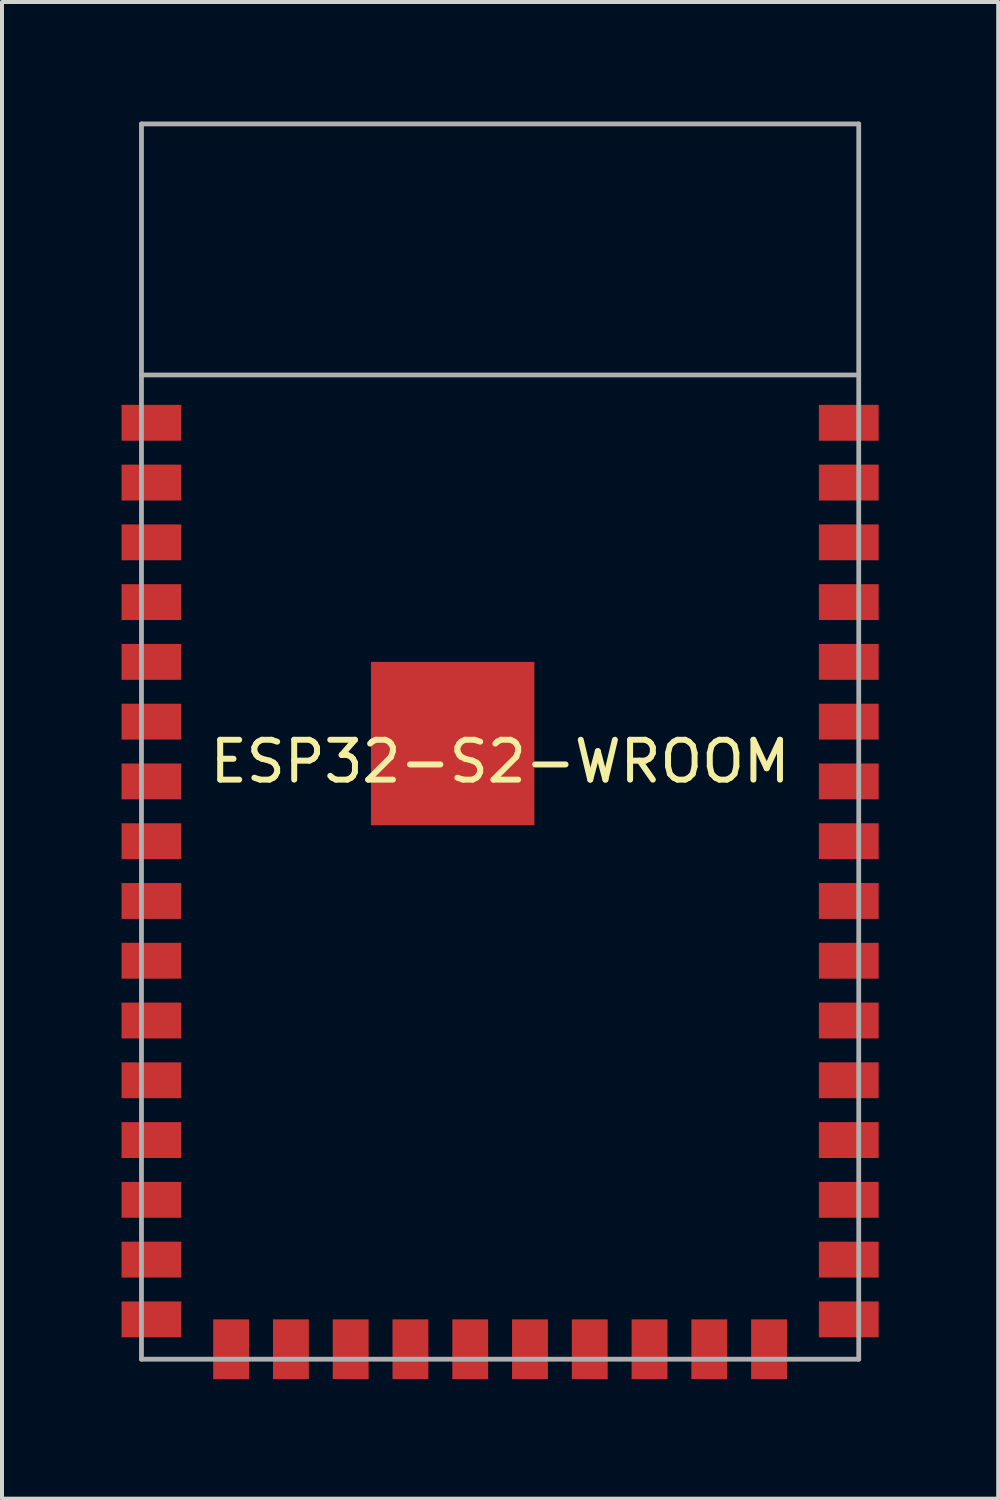
<source format=kicad_pcb>
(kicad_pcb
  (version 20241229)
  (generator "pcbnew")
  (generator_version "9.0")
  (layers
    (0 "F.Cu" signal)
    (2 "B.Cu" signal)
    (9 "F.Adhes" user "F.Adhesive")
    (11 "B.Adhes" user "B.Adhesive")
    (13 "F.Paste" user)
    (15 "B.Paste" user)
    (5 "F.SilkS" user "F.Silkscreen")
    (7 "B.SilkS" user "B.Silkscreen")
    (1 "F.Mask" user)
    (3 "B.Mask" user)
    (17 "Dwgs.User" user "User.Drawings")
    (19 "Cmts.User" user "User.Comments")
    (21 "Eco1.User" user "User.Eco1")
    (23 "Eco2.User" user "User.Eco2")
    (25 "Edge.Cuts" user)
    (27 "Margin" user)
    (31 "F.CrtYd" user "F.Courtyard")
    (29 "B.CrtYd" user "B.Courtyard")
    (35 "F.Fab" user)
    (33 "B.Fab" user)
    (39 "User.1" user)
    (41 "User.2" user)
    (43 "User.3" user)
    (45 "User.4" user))
  (footprint "ESP32-S2-WROOM"
    (layer "F.Cu")
    (at 9.5 15.56)
    (property "Reference" "ESP32-S2-WROOM" (at 0 0.5 0) (layer "F.SilkS") (effects (font (size 1 1) (thickness 0.15))))
    (attr through_hole)
    (fp_line (start -9 -15.5) (end 9 -15.5) (stroke (width 0.12) (type solid)) (layer "F.Fab"))
    (fp_line (start -9 -9.2) (end 9 -9.2) (stroke (width 0.12) (type solid)) (layer "F.Fab"))
    (fp_line (start -9 15.5) (end -9 -15.5) (stroke (width 0.12) (type solid)) (layer "F.Fab"))
    (fp_line (start 9 -15.5) (end 9 15.5) (stroke (width 0.12) (type solid)) (layer "F.Fab"))
    (fp_line (start 9 15.5) (end -9 15.5) (stroke (width 0.12) (type solid)) (layer "F.Fab"))
    (pad "1" smd rect (at -8.75 -8) (size 1.5 0.9) (layers "F.Cu" "F.Mask" "F.Paste"))
    (pad "2" smd rect (at -8.75 -6.5) (size 1.5 0.9) (layers "F.Cu" "F.Mask" "F.Paste"))
    (pad "3" smd rect (at -8.75 -5) (size 1.5 0.9) (layers "F.Cu" "F.Mask" "F.Paste"))
    (pad "4" smd rect (at -8.75 -3.5) (size 1.5 0.9) (layers "F.Cu" "F.Mask" "F.Paste"))
    (pad "5" smd rect (at -8.75 -2) (size 1.5 0.9) (layers "F.Cu" "F.Mask" "F.Paste"))
    (pad "6" smd rect (at -8.75 -0.5) (size 1.5 0.9) (layers "F.Cu" "F.Mask" "F.Paste"))
    (pad "7" smd rect (at -8.75 1) (size 1.5 0.9) (layers "F.Cu" "F.Mask" "F.Paste"))
    (pad "8" smd rect (at -8.75 2.5) (size 1.5 0.9) (layers "F.Cu" "F.Mask" "F.Paste"))
    (pad "9" smd rect (at -8.75 4) (size 1.5 0.9) (layers "F.Cu" "F.Mask" "F.Paste"))
    (pad "10" smd rect (at -8.75 5.5) (size 1.5 0.9) (layers "F.Cu" "F.Mask" "F.Paste"))
    (pad "11" smd rect (at -8.75 7) (size 1.5 0.9) (layers "F.Cu" "F.Mask" "F.Paste"))
    (pad "12" smd rect (at -8.75 8.5) (size 1.5 0.9) (layers "F.Cu" "F.Mask" "F.Paste"))
    (pad "13" smd rect (at -8.75 10) (size 1.5 0.9) (layers "F.Cu" "F.Mask" "F.Paste"))
    (pad "14" smd rect (at -8.75 11.5) (size 1.5 0.9) (layers "F.Cu" "F.Mask" "F.Paste"))
    (pad "15" smd rect (at -8.75 13) (size 1.5 0.9) (layers "F.Cu" "F.Mask" "F.Paste"))
    (pad "16" smd rect (at -8.75 14.5) (size 1.5 0.9) (layers "F.Cu" "F.Mask" "F.Paste"))
    (pad "17" smd rect (at -6.75 15.25) (size 0.9 1.5) (layers "F.Cu" "F.Mask" "F.Paste"))
    (pad "18" smd rect (at -5.25 15.25) (size 0.9 1.5) (layers "F.Cu" "F.Mask" "F.Paste"))
    (pad "19" smd rect (at -3.75 15.25) (size 0.9 1.5) (layers "F.Cu" "F.Mask" "F.Paste"))
    (pad "20" smd rect (at -2.25 15.25) (size 0.9 1.5) (layers "F.Cu" "F.Mask" "F.Paste"))
    (pad "21" smd rect (at -0.75 15.25) (size 0.9 1.5) (layers "F.Cu" "F.Mask" "F.Paste"))
    (pad "22" smd rect (at 0.75 15.25) (size 0.9 1.5) (layers "F.Cu" "F.Mask" "F.Paste"))
    (pad "23" smd rect (at 2.25 15.25) (size 0.9 1.5) (layers "F.Cu" "F.Mask" "F.Paste"))
    (pad "24" smd rect (at 3.75 15.25) (size 0.9 1.5) (layers "F.Cu" "F.Mask" "F.Paste"))
    (pad "25" smd rect (at 5.25 15.25) (size 0.9 1.5) (layers "F.Cu" "F.Mask" "F.Paste"))
    (pad "26" smd rect (at 6.75 15.25) (size 0.9 1.5) (layers "F.Cu" "F.Mask" "F.Paste"))
    (pad "27" smd rect (at 8.75 14.5) (size 1.5 0.9) (layers "F.Cu" "F.Mask" "F.Paste"))
    (pad "28" smd rect (at 8.75 13) (size 1.5 0.9) (layers "F.Cu" "F.Mask" "F.Paste"))
    (pad "29" smd rect (at 8.75 11.5) (size 1.5 0.9) (layers "F.Cu" "F.Mask" "F.Paste"))
    (pad "30" smd rect (at 8.75 10) (size 1.5 0.9) (layers "F.Cu" "F.Mask" "F.Paste"))
    (pad "31" smd rect (at 8.75 8.5) (size 1.5 0.9) (layers "F.Cu" "F.Mask" "F.Paste"))
    (pad "32" smd rect (at 8.75 7) (size 1.5 0.9) (layers "F.Cu" "F.Mask" "F.Paste"))
    (pad "33" smd rect (at 8.75 5.5) (size 1.5 0.9) (layers "F.Cu" "F.Mask" "F.Paste"))
    (pad "34" smd rect (at 8.75 4) (size 1.5 0.9) (layers "F.Cu" "F.Mask" "F.Paste"))
    (pad "35" smd rect (at 8.75 2.5) (size 1.5 0.9) (layers "F.Cu" "F.Mask" "F.Paste"))
    (pad "36" smd rect (at 8.75 1) (size 1.5 0.9) (layers "F.Cu" "F.Mask" "F.Paste"))
    (pad "37" smd rect (at 8.75 -0.5) (size 1.5 0.9) (layers "F.Cu" "F.Mask" "F.Paste"))
    (pad "38" smd rect (at 8.75 -2) (size 1.5 0.9) (layers "F.Cu" "F.Mask" "F.Paste"))
    (pad "39" smd rect (at 8.75 -3.5) (size 1.5 0.9) (layers "F.Cu" "F.Mask" "F.Paste"))
    (pad "40" smd rect (at 8.75 -5) (size 1.5 0.9) (layers "F.Cu" "F.Mask" "F.Paste"))
    (pad "41" smd rect (at 8.75 -6.5) (size 1.5 0.9) (layers "F.Cu" "F.Mask" "F.Paste"))
    (pad "42" smd rect (at -1.19 0.05) (size 4.1 4.1) (layers "F.Cu" "F.Mask" "F.Paste"))
    (pad "42" smd rect (at 8.75 -8) (size 1.5 0.9) (layers "F.Cu" "F.Mask" "F.Paste")))
  (gr_rect
    (start -3 -3)
    (end 22 34.56)
    (stroke (width 0.1) (type default))
    (fill no)
    (layer "Edge.Cuts")))
</source>
